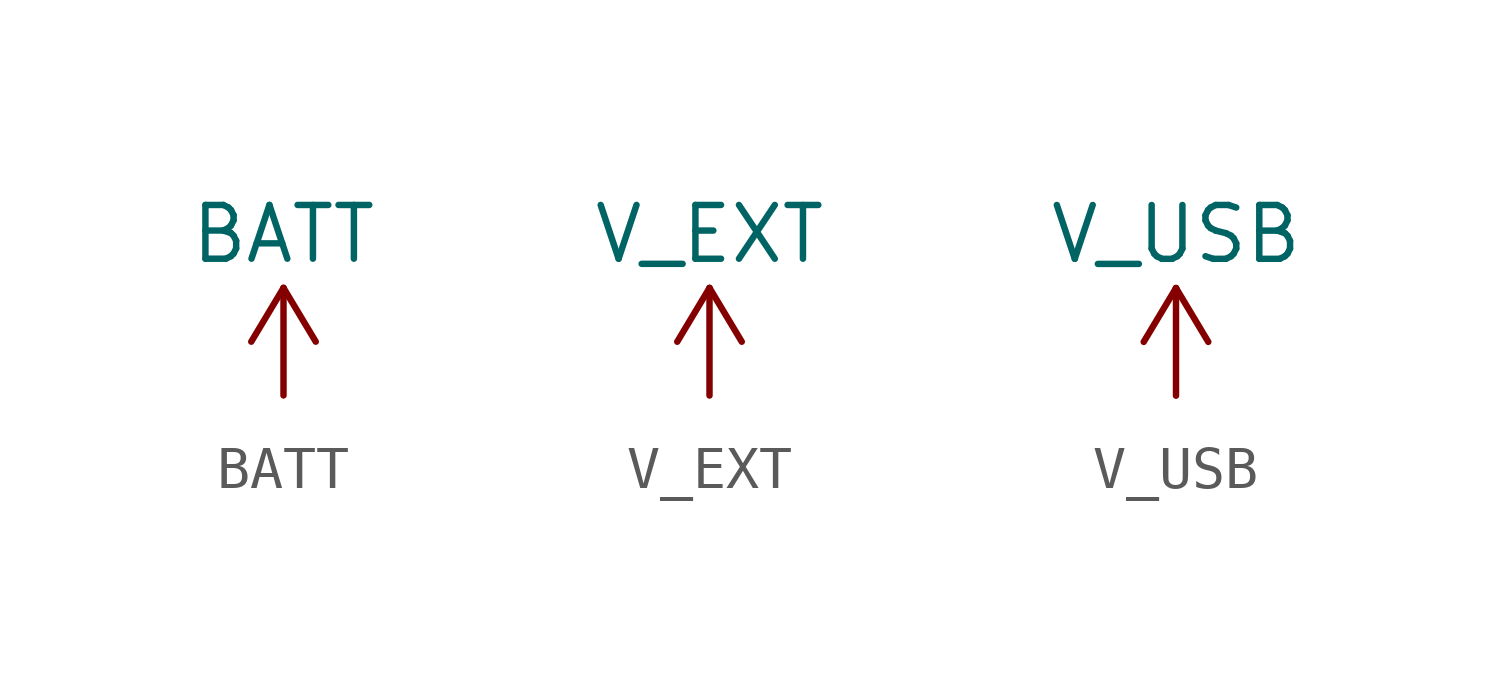
<source format=kicad_sym>
(kicad_symbol_lib
  (version 20211014)
  (generator kicad_symbol_editor)
  (symbol "BATT"
    (power)
    (pin_names
      (offset 0))
    (property "Reference" "#PWR"
      (at 0 -3.81 0)
      (effects (font (size 1.27 1.27)) hide))
    (property "Value" "BATT"
      (at 0 3.81 0)
      (effects (font (size 1.27 1.27))))
    (symbol "BATT_0_1"
      (polyline (pts (xy -0.762 1.27) (xy 0 2.54)) (stroke (width 0) (type default) (color 0 0 0 0)) (fill (type none)))
      (polyline (pts (xy 0 0) (xy 0 2.54)) (stroke (width 0) (type default) (color 0 0 0 0)) (fill (type none)))
      (polyline (pts (xy 0 2.54) (xy 0.762 1.27)) (stroke (width 0) (type default) (color 0 0 0 0)) (fill (type none))))
    (symbol "BATT_1_1"
      (pin power_in line (at 0 0 90) (length 0) hide (name "BATT" (effects (font (size 1.27 1.27)))) (number "1" (effects (font (size 1.27 1.27)))))))
  (symbol "V_EXT"
    (power)
    (pin_names
      (offset 0))
    (property "Reference" "#PWR"
      (at 0 -3.81 0)
      (effects (font (size 1.27 1.27)) hide))
    (property "Value" "V_EXT"
      (at 0 3.81 0)
      (effects (font (size 1.27 1.27))))
    (symbol "V_EXT_0_1"
      (polyline (pts (xy -0.762 1.27) (xy 0 2.54)) (stroke (width 0) (type default) (color 0 0 0 0)) (fill (type none)))
      (polyline (pts (xy 0 0) (xy 0 2.54)) (stroke (width 0) (type default) (color 0 0 0 0)) (fill (type none)))
      (polyline (pts (xy 0 2.54) (xy 0.762 1.27)) (stroke (width 0) (type default) (color 0 0 0 0)) (fill (type none))))
    (symbol "V_EXT_1_1"
      (pin power_in line (at 0 0 90) (length 0) hide (name "V_EXT" (effects (font (size 1.27 1.27)))) (number "1" (effects (font (size 1.27 1.27)))))))
  (symbol "V_USB"
    (power)
    (pin_names
      (offset 0))
    (property "Reference" "#PWR"
      (at 0 -3.81 0)
      (effects (font (size 1.27 1.27)) hide))
    (property "Value" "V_USB"
      (at 0 3.81 0)
      (effects (font (size 1.27 1.27))))
    (symbol "V_USB_0_1"
      (polyline (pts (xy -0.762 1.27) (xy 0 2.54)) (stroke (width 0) (type default) (color 0 0 0 0)) (fill (type none)))
      (polyline (pts (xy 0 0) (xy 0 2.54)) (stroke (width 0) (type default) (color 0 0 0 0)) (fill (type none)))
      (polyline (pts (xy 0 2.54) (xy 0.762 1.27)) (stroke (width 0) (type default) (color 0 0 0 0)) (fill (type none))))
    (symbol "V_USB_1_1"
      (pin power_in line (at 0 0 90) (length 0) hide (name "V_USB" (effects (font (size 1.27 1.27)))) (number "1" (effects (font (size 1.27 1.27))))))))
</source>
